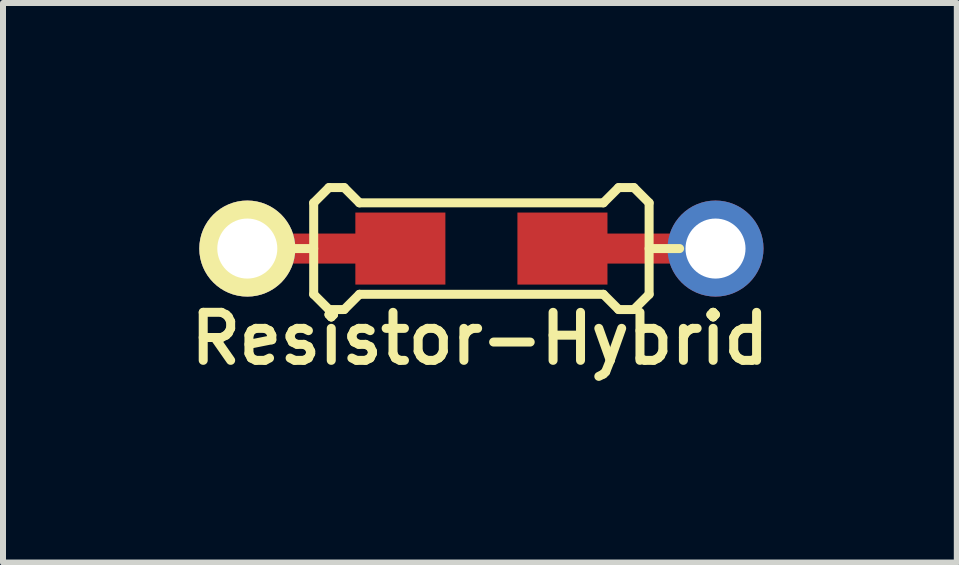
<source format=kicad_pcb>
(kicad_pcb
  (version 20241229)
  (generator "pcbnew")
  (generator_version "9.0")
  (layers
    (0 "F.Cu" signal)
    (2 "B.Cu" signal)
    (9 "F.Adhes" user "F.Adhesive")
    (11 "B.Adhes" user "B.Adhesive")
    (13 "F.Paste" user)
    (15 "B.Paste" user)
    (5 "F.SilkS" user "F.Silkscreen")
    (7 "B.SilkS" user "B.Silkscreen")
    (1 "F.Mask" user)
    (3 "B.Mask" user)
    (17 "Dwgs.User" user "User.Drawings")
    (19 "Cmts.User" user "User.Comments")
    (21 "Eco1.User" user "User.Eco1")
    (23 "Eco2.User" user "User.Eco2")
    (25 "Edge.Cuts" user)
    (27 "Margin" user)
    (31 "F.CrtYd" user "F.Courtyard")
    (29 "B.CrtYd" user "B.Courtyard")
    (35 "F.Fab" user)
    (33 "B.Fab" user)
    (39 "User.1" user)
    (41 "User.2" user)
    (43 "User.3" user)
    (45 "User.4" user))
  (footprint "Resistor-Hybrid"
    (layer "F.Cu")
    (at 4.97 1.091)
    (property "Reference" "Resistor-Hybrid" (at -0.025 1.5 0) (layer "F.SilkS") (effects (font (size 0.8 0.8) (thickness 0.15))))
    (attr smd)
    (fp_line (start -3.302 0) (end -2.794 0) (stroke (width 0.15) (type solid)) (layer "F.SilkS"))
    (fp_line (start -2.794 -0.762) (end -2.54 -1.016) (stroke (width 0.15) (type solid)) (layer "F.SilkS"))
    (fp_line (start -2.794 0.762) (end -2.794 -0.762) (stroke (width 0.15) (type solid)) (layer "F.SilkS"))
    (fp_line (start -2.54 -1.016) (end -2.286 -1.016) (stroke (width 0.15) (type solid)) (layer "F.SilkS"))
    (fp_line (start -2.54 1.016) (end -2.794 0.762) (stroke (width 0.15) (type solid)) (layer "F.SilkS"))
    (fp_line (start -2.286 -1.016) (end -2.032 -0.762) (stroke (width 0.15) (type solid)) (layer "F.SilkS"))
    (fp_line (start -2.286 1.016) (end -2.54 1.016) (stroke (width 0.15) (type solid)) (layer "F.SilkS"))
    (fp_line (start -2.032 -0.762) (end 2.032 -0.762) (stroke (width 0.15) (type solid)) (layer "F.SilkS"))
    (fp_line (start -2.032 0.762) (end -2.286 1.016) (stroke (width 0.15) (type solid)) (layer "F.SilkS"))
    (fp_line (start 2.032 -0.762) (end 2.286 -1.016) (stroke (width 0.15) (type solid)) (layer "F.SilkS"))
    (fp_line (start 2.032 0.762) (end -2.032 0.762) (stroke (width 0.15) (type solid)) (layer "F.SilkS"))
    (fp_line (start 2.286 -1.016) (end 2.54 -1.016) (stroke (width 0.15) (type solid)) (layer "F.SilkS"))
    (fp_line (start 2.286 1.016) (end 2.032 0.762) (stroke (width 0.15) (type solid)) (layer "F.SilkS"))
    (fp_line (start 2.54 -1.016) (end 2.794 -0.762) (stroke (width 0.15) (type solid)) (layer "F.SilkS"))
    (fp_line (start 2.54 1.016) (end 2.286 1.016) (stroke (width 0.15) (type solid)) (layer "F.SilkS"))
    (fp_line (start 2.794 -0.762) (end 2.794 0.762) (stroke (width 0.15) (type solid)) (layer "F.SilkS"))
    (fp_line (start 2.794 0) (end 3.302 0) (stroke (width 0.15) (type solid)) (layer "F.SilkS"))
    (fp_line (start 2.794 0.762) (end 2.54 1.016) (stroke (width 0.15) (type solid)) (layer "F.SilkS"))
    (pad "1" smd rect (at 1.35 0) (size 1.5 1.2) (layers "F.Cu" "F.Mask" "F.Paste"))
    (pad "1" smd rect (at 2.5 0) (size 2.9 0.5) (layers "F.Cu"))
    (pad "1" thru_hole circle (at 3.9 0) (size 1.6 1.6) (drill 1) (layers "*.Cu" "*.Mask"))
    (pad "2" thru_hole circle (at -3.9 0) (size 1.6 1.6) (drill 1) (layers "*.Cu" "*.Mask" "F.SilkS"))
    (pad "2" smd rect (at -2.5 0) (size 2.9 0.5) (layers "F.Cu"))
    (pad "2" smd rect (at -1.35 0) (size 1.5 1.2) (layers "F.Cu" "F.Mask" "F.Paste")))
  (gr_rect
    (start -3 -3)
    (end 12.89 6.322)
    (stroke (width 0.1) (type default))
    (fill no)
    (layer "Edge.Cuts")))
</source>
